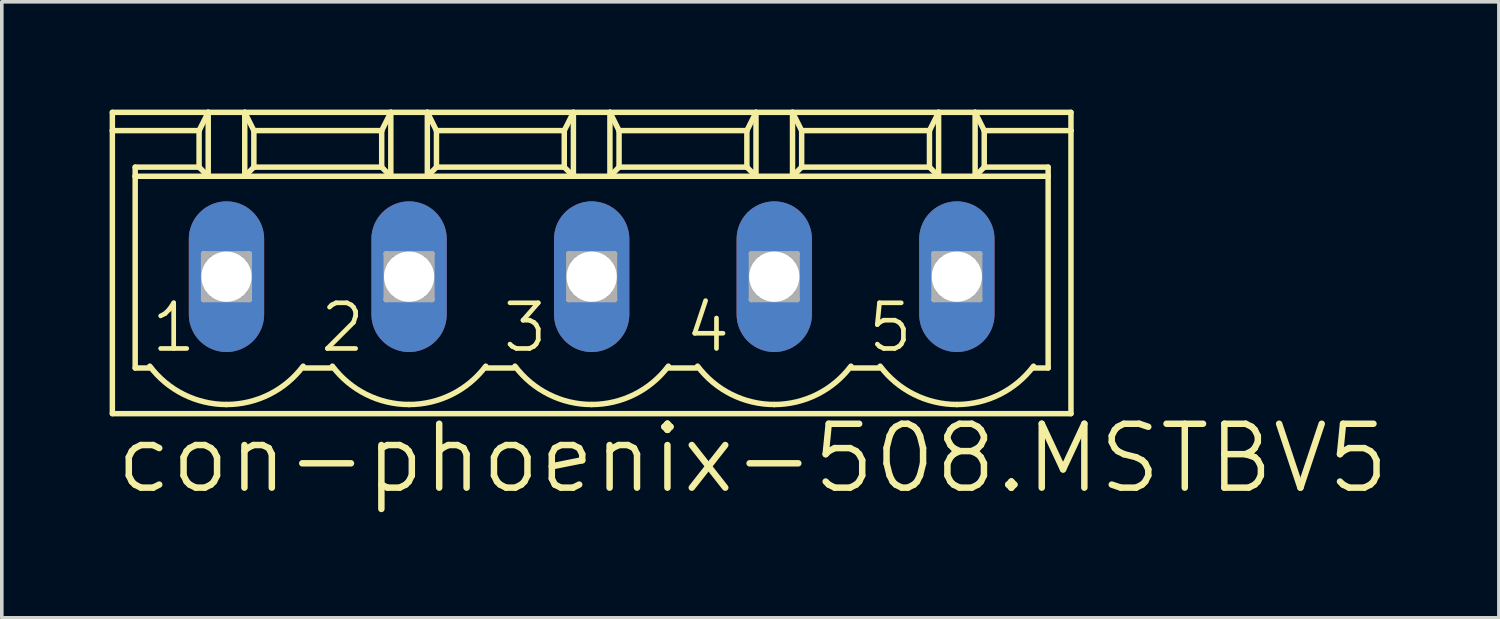
<source format=kicad_pcb>
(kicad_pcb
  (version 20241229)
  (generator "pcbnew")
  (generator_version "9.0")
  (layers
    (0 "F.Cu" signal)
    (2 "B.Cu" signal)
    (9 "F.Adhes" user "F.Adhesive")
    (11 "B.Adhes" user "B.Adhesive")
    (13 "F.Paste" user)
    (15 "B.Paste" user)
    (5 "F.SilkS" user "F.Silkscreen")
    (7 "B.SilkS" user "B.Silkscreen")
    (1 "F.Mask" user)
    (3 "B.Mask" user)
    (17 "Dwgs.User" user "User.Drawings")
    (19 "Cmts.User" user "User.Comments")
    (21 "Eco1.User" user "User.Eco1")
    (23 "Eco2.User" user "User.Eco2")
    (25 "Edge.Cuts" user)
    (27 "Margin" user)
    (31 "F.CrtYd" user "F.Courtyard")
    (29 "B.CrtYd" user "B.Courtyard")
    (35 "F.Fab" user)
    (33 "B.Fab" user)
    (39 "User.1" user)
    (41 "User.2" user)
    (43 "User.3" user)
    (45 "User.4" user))
  (footprint "con-phoenix-508.MSTBV5"
    (layer "F.Cu")
    (at 13.411 4.648)
    (property "Reference" "con-phoenix-508.MSTBV5" (at -13.335 6.096 0) (layer "F.SilkS") (effects (font (size 1.778 1.778) (thickness 0.18)) (justify left bottom)))
    (attr through_hole)
    (fp_line (start -13.335 -4.572) (end -13.335 -4.064) (stroke (width 0.152) (type default)) (layer "F.SilkS"))
    (fp_line (start -13.335 -4.572) (end -10.668 -4.572) (stroke (width 0.152) (type default)) (layer "F.SilkS"))
    (fp_line (start -13.335 -4.064) (end -13.335 3.81) (stroke (width 0.152) (type default)) (layer "F.SilkS"))
    (fp_line (start -13.335 -4.064) (end -10.922 -4.064) (stroke (width 0.152) (type default)) (layer "F.SilkS"))
    (fp_line (start -13.335 3.81) (end 13.335 3.81) (stroke (width 0.152) (type default)) (layer "F.SilkS"))
    (fp_line (start -12.7 -2.794) (end -12.7 -3.048) (stroke (width 0.152) (type default)) (layer "F.SilkS"))
    (fp_line (start -12.7 -2.794) (end -10.668 -2.794) (stroke (width 0.152) (type default)) (layer "F.SilkS"))
    (fp_line (start -12.7 2.54) (end -12.7 -2.794) (stroke (width 0.152) (type default)) (layer "F.SilkS"))
    (fp_line (start -12.7 2.54) (end -12.268 2.54) (stroke (width 0.152) (type default)) (layer "F.SilkS"))
    (fp_line (start -10.922 -4.064) (end -10.922 -3.048) (stroke (width 0.152) (type default)) (layer "F.SilkS"))
    (fp_line (start -10.922 -4.064) (end -10.668 -4.572) (stroke (width 0.152) (type default)) (layer "F.SilkS"))
    (fp_line (start -10.922 -3.048) (end -12.7 -3.048) (stroke (width 0.152) (type default)) (layer "F.SilkS"))
    (fp_line (start -10.922 -3.048) (end -10.668 -2.794) (stroke (width 0.152) (type default)) (layer "F.SilkS"))
    (fp_line (start -10.668 -4.572) (end -9.652 -4.572) (stroke (width 0.152) (type default)) (layer "F.SilkS"))
    (fp_line (start -10.668 -2.794) (end -10.668 -4.572) (stroke (width 0.152) (type default)) (layer "F.SilkS"))
    (fp_line (start -10.668 -2.794) (end -9.652 -2.794) (stroke (width 0.152) (type default)) (layer "F.SilkS"))
    (fp_line (start -9.652 -4.572) (end -9.398 -4.064) (stroke (width 0.152) (type default)) (layer "F.SilkS"))
    (fp_line (start -9.652 -4.572) (end -5.588 -4.572) (stroke (width 0.152) (type default)) (layer "F.SilkS"))
    (fp_line (start -9.652 -2.794) (end -9.652 -4.572) (stroke (width 0.152) (type default)) (layer "F.SilkS"))
    (fp_line (start -9.652 -2.794) (end -5.588 -2.794) (stroke (width 0.152) (type default)) (layer "F.SilkS"))
    (fp_line (start -9.398 -4.064) (end -9.398 -3.048) (stroke (width 0.152) (type default)) (layer "F.SilkS"))
    (fp_line (start -9.398 -4.064) (end -5.842 -4.064) (stroke (width 0.152) (type default)) (layer "F.SilkS"))
    (fp_line (start -9.398 -3.048) (end -9.652 -2.794) (stroke (width 0.152) (type default)) (layer "F.SilkS"))
    (fp_line (start -8.001 2.54) (end -7.239 2.54) (stroke (width 0.152) (type default)) (layer "F.SilkS"))
    (fp_line (start -5.842 -4.064) (end -5.842 -3.048) (stroke (width 0.152) (type default)) (layer "F.SilkS"))
    (fp_line (start -5.842 -4.064) (end -5.588 -4.572) (stroke (width 0.152) (type default)) (layer "F.SilkS"))
    (fp_line (start -5.842 -3.048) (end -9.398 -3.048) (stroke (width 0.152) (type default)) (layer "F.SilkS"))
    (fp_line (start -5.842 -3.048) (end -5.588 -2.794) (stroke (width 0.152) (type default)) (layer "F.SilkS"))
    (fp_line (start -5.588 -4.572) (end -4.572 -4.572) (stroke (width 0.152) (type default)) (layer "F.SilkS"))
    (fp_line (start -5.588 -2.794) (end -5.588 -4.572) (stroke (width 0.152) (type default)) (layer "F.SilkS"))
    (fp_line (start -5.588 -2.794) (end -4.572 -2.794) (stroke (width 0.152) (type default)) (layer "F.SilkS"))
    (fp_line (start -4.572 -4.572) (end -4.318 -4.064) (stroke (width 0.152) (type default)) (layer "F.SilkS"))
    (fp_line (start -4.572 -4.572) (end -0.508 -4.572) (stroke (width 0.152) (type default)) (layer "F.SilkS"))
    (fp_line (start -4.572 -2.794) (end -4.572 -4.572) (stroke (width 0.152) (type default)) (layer "F.SilkS"))
    (fp_line (start -4.572 -2.794) (end -0.508 -2.794) (stroke (width 0.152) (type default)) (layer "F.SilkS"))
    (fp_line (start -4.318 -4.064) (end -4.318 -3.048) (stroke (width 0.152) (type default)) (layer "F.SilkS"))
    (fp_line (start -4.318 -4.064) (end -0.762 -4.064) (stroke (width 0.152) (type default)) (layer "F.SilkS"))
    (fp_line (start -4.318 -3.048) (end -4.572 -2.794) (stroke (width 0.152) (type default)) (layer "F.SilkS"))
    (fp_line (start -2.921 2.54) (end -2.159 2.54) (stroke (width 0.152) (type default)) (layer "F.SilkS"))
    (fp_line (start -0.762 -4.064) (end -0.762 -3.048) (stroke (width 0.152) (type default)) (layer "F.SilkS"))
    (fp_line (start -0.762 -4.064) (end -0.508 -4.572) (stroke (width 0.152) (type default)) (layer "F.SilkS"))
    (fp_line (start -0.762 -3.048) (end -4.318 -3.048) (stroke (width 0.152) (type default)) (layer "F.SilkS"))
    (fp_line (start -0.762 -3.048) (end -0.508 -2.794) (stroke (width 0.152) (type default)) (layer "F.SilkS"))
    (fp_line (start -0.508 -4.572) (end 0.508 -4.572) (stroke (width 0.152) (type default)) (layer "F.SilkS"))
    (fp_line (start -0.508 -2.794) (end -0.508 -4.572) (stroke (width 0.152) (type default)) (layer "F.SilkS"))
    (fp_line (start -0.508 -2.794) (end 0.508 -2.794) (stroke (width 0.152) (type default)) (layer "F.SilkS"))
    (fp_line (start 0.508 -4.572) (end 0.762 -4.064) (stroke (width 0.152) (type default)) (layer "F.SilkS"))
    (fp_line (start 0.508 -4.572) (end 4.572 -4.572) (stroke (width 0.152) (type default)) (layer "F.SilkS"))
    (fp_line (start 0.508 -2.794) (end 0.508 -4.572) (stroke (width 0.152) (type default)) (layer "F.SilkS"))
    (fp_line (start 0.508 -2.794) (end 4.572 -2.794) (stroke (width 0.152) (type default)) (layer "F.SilkS"))
    (fp_line (start 0.762 -4.064) (end 0.762 -3.048) (stroke (width 0.152) (type default)) (layer "F.SilkS"))
    (fp_line (start 0.762 -4.064) (end 4.318 -4.064) (stroke (width 0.152) (type default)) (layer "F.SilkS"))
    (fp_line (start 0.762 -3.048) (end 0.508 -2.794) (stroke (width 0.152) (type default)) (layer "F.SilkS"))
    (fp_line (start 0.762 -3.048) (end 4.318 -3.048) (stroke (width 0.152) (type default)) (layer "F.SilkS"))
    (fp_line (start 2.159 2.54) (end 2.921 2.54) (stroke (width 0.152) (type default)) (layer "F.SilkS"))
    (fp_line (start 4.318 -4.064) (end 4.318 -3.048) (stroke (width 0.152) (type default)) (layer "F.SilkS"))
    (fp_line (start 4.318 -4.064) (end 4.572 -4.572) (stroke (width 0.152) (type default)) (layer "F.SilkS"))
    (fp_line (start 4.318 -3.048) (end 4.572 -2.794) (stroke (width 0.152) (type default)) (layer "F.SilkS"))
    (fp_line (start 4.572 -4.572) (end 5.588 -4.572) (stroke (width 0.152) (type default)) (layer "F.SilkS"))
    (fp_line (start 4.572 -2.794) (end 4.572 -4.572) (stroke (width 0.152) (type default)) (layer "F.SilkS"))
    (fp_line (start 4.572 -2.794) (end 5.588 -2.794) (stroke (width 0.152) (type default)) (layer "F.SilkS"))
    (fp_line (start 5.588 -4.572) (end 5.842 -4.064) (stroke (width 0.152) (type default)) (layer "F.SilkS"))
    (fp_line (start 5.588 -4.572) (end 9.652 -4.572) (stroke (width 0.152) (type default)) (layer "F.SilkS"))
    (fp_line (start 5.588 -2.794) (end 5.588 -4.572) (stroke (width 0.152) (type default)) (layer "F.SilkS"))
    (fp_line (start 5.588 -2.794) (end 9.652 -2.794) (stroke (width 0.152) (type default)) (layer "F.SilkS"))
    (fp_line (start 5.842 -4.064) (end 5.842 -3.048) (stroke (width 0.152) (type default)) (layer "F.SilkS"))
    (fp_line (start 5.842 -4.064) (end 9.398 -4.064) (stroke (width 0.152) (type default)) (layer "F.SilkS"))
    (fp_line (start 5.842 -3.048) (end 5.588 -2.794) (stroke (width 0.152) (type default)) (layer "F.SilkS"))
    (fp_line (start 5.842 -3.048) (end 9.398 -3.048) (stroke (width 0.152) (type default)) (layer "F.SilkS"))
    (fp_line (start 7.239 2.54) (end 8.001 2.54) (stroke (width 0.152) (type default)) (layer "F.SilkS"))
    (fp_line (start 9.398 -4.064) (end 9.398 -3.048) (stroke (width 0.152) (type default)) (layer "F.SilkS"))
    (fp_line (start 9.398 -4.064) (end 9.652 -4.572) (stroke (width 0.152) (type default)) (layer "F.SilkS"))
    (fp_line (start 9.398 -3.048) (end 9.652 -2.794) (stroke (width 0.152) (type default)) (layer "F.SilkS"))
    (fp_line (start 9.652 -4.572) (end 10.668 -4.572) (stroke (width 0.152) (type default)) (layer "F.SilkS"))
    (fp_line (start 9.652 -2.794) (end 9.652 -4.572) (stroke (width 0.152) (type default)) (layer "F.SilkS"))
    (fp_line (start 9.652 -2.794) (end 10.668 -2.794) (stroke (width 0.152) (type default)) (layer "F.SilkS"))
    (fp_line (start 10.668 -4.572) (end 10.922 -4.064) (stroke (width 0.152) (type default)) (layer "F.SilkS"))
    (fp_line (start 10.668 -4.572) (end 13.335 -4.572) (stroke (width 0.152) (type default)) (layer "F.SilkS"))
    (fp_line (start 10.668 -2.794) (end 10.668 -4.572) (stroke (width 0.152) (type default)) (layer "F.SilkS"))
    (fp_line (start 10.668 -2.794) (end 12.7 -2.794) (stroke (width 0.152) (type default)) (layer "F.SilkS"))
    (fp_line (start 10.922 -4.064) (end 10.922 -3.048) (stroke (width 0.152) (type default)) (layer "F.SilkS"))
    (fp_line (start 10.922 -4.064) (end 13.335 -4.064) (stroke (width 0.152) (type default)) (layer "F.SilkS"))
    (fp_line (start 10.922 -3.048) (end 10.668 -2.794) (stroke (width 0.152) (type default)) (layer "F.SilkS"))
    (fp_line (start 10.922 -3.048) (end 12.7 -3.048) (stroke (width 0.152) (type default)) (layer "F.SilkS"))
    (fp_line (start 12.268 2.54) (end 12.7 2.54) (stroke (width 0.152) (type default)) (layer "F.SilkS"))
    (fp_line (start 12.7 -3.048) (end 12.7 -2.794) (stroke (width 0.152) (type default)) (layer "F.SilkS"))
    (fp_line (start 12.7 -2.794) (end 12.7 2.54) (stroke (width 0.152) (type default)) (layer "F.SilkS"))
    (fp_line (start 13.335 -4.064) (end 13.335 -4.572) (stroke (width 0.152) (type default)) (layer "F.SilkS"))
    (fp_line (start 13.335 3.81) (end 13.335 -4.064) (stroke (width 0.152) (type default)) (layer "F.SilkS"))
    (fp_arc (start -10.16 3.556) (mid -11.352719 3.274437) (end -12.2936 2.4892) (stroke (width 0.1524) (type default)) (layer "F.SilkS"))
    (fp_arc (start -8.0264 2.4892) (mid -8.967281 3.274437) (end -10.16 3.556) (stroke (width 0.1524) (type default)) (layer "F.SilkS"))
    (fp_arc (start -5.08 3.556) (mid -6.272719 3.274437) (end -7.2136 2.4892) (stroke (width 0.1524) (type default)) (layer "F.SilkS"))
    (fp_arc (start -2.9464 2.4892) (mid -3.887281 3.274437) (end -5.08 3.556) (stroke (width 0.1524) (type default)) (layer "F.SilkS"))
    (fp_arc (start 0 3.556) (mid -1.192719 3.274437) (end -2.1336 2.4892) (stroke (width 0.1524) (type default)) (layer "F.SilkS"))
    (fp_arc (start 2.1336 2.4892) (mid 1.192719 3.274437) (end 0 3.556) (stroke (width 0.1524) (type default)) (layer "F.SilkS"))
    (fp_arc (start 5.08 3.556) (mid 3.887281 3.274437) (end 2.9464 2.4892) (stroke (width 0.1524) (type default)) (layer "F.SilkS"))
    (fp_arc (start 7.2136 2.4892) (mid 6.272719 3.274437) (end 5.08 3.556) (stroke (width 0.1524) (type default)) (layer "F.SilkS"))
    (fp_arc (start 10.16 3.556) (mid 8.967281 3.274437) (end 8.0264 2.4892) (stroke (width 0.1524) (type default)) (layer "F.SilkS"))
    (fp_arc (start 12.2936 2.4892) (mid 11.352719 3.274437) (end 10.16 3.556) (stroke (width 0.1524) (type default)) (layer "F.SilkS"))
    (fp_line (start -10.795 -0.635) (end -10.795 0.635) (stroke (width 0.152) (type default)) (layer "F.Fab"))
    (fp_line (start -10.795 -0.635) (end -9.525 0.635) (stroke (width 0.152) (type default)) (layer "F.Fab"))
    (fp_line (start -10.795 0.635) (end -9.525 -0.635) (stroke (width 0.152) (type default)) (layer "F.Fab"))
    (fp_line (start -10.795 0.635) (end -9.525 0.635) (stroke (width 0.152) (type default)) (layer "F.Fab"))
    (fp_line (start -9.525 -0.635) (end -10.795 -0.635) (stroke (width 0.152) (type default)) (layer "F.Fab"))
    (fp_line (start -9.525 0.635) (end -9.525 -0.635) (stroke (width 0.152) (type default)) (layer "F.Fab"))
    (fp_line (start -5.715 -0.635) (end -5.715 0.635) (stroke (width 0.152) (type default)) (layer "F.Fab"))
    (fp_line (start -5.715 -0.635) (end -4.445 0.635) (stroke (width 0.152) (type default)) (layer "F.Fab"))
    (fp_line (start -5.715 0.635) (end -4.445 -0.635) (stroke (width 0.152) (type default)) (layer "F.Fab"))
    (fp_line (start -5.715 0.635) (end -4.445 0.635) (stroke (width 0.152) (type default)) (layer "F.Fab"))
    (fp_line (start -4.445 -0.635) (end -5.715 -0.635) (stroke (width 0.152) (type default)) (layer "F.Fab"))
    (fp_line (start -4.445 0.635) (end -4.445 -0.635) (stroke (width 0.152) (type default)) (layer "F.Fab"))
    (fp_line (start -0.635 -0.635) (end -0.635 0.635) (stroke (width 0.152) (type default)) (layer "F.Fab"))
    (fp_line (start -0.635 -0.635) (end 0.635 0.635) (stroke (width 0.152) (type default)) (layer "F.Fab"))
    (fp_line (start -0.635 0.635) (end 0.635 -0.635) (stroke (width 0.152) (type default)) (layer "F.Fab"))
    (fp_line (start -0.635 0.635) (end 0.635 0.635) (stroke (width 0.152) (type default)) (layer "F.Fab"))
    (fp_line (start 0.635 -0.635) (end -0.635 -0.635) (stroke (width 0.152) (type default)) (layer "F.Fab"))
    (fp_line (start 0.635 0.635) (end 0.635 -0.635) (stroke (width 0.152) (type default)) (layer "F.Fab"))
    (fp_line (start 4.445 -0.635) (end 4.445 0.635) (stroke (width 0.152) (type default)) (layer "F.Fab"))
    (fp_line (start 4.445 -0.635) (end 5.715 0.635) (stroke (width 0.152) (type default)) (layer "F.Fab"))
    (fp_line (start 4.445 0.635) (end 5.715 -0.635) (stroke (width 0.152) (type default)) (layer "F.Fab"))
    (fp_line (start 4.445 0.635) (end 5.715 0.635) (stroke (width 0.152) (type default)) (layer "F.Fab"))
    (fp_line (start 5.715 -0.635) (end 4.445 -0.635) (stroke (width 0.152) (type default)) (layer "F.Fab"))
    (fp_line (start 5.715 0.635) (end 5.715 -0.635) (stroke (width 0.152) (type default)) (layer "F.Fab"))
    (fp_line (start 9.525 -0.635) (end 9.525 0.635) (stroke (width 0.152) (type default)) (layer "F.Fab"))
    (fp_line (start 9.525 -0.635) (end 10.795 0.635) (stroke (width 0.152) (type default)) (layer "F.Fab"))
    (fp_line (start 9.525 0.635) (end 10.795 -0.635) (stroke (width 0.152) (type default)) (layer "F.Fab"))
    (fp_line (start 9.525 0.635) (end 10.795 0.635) (stroke (width 0.152) (type default)) (layer "F.Fab"))
    (fp_line (start 10.795 -0.635) (end 9.525 -0.635) (stroke (width 0.152) (type default)) (layer "F.Fab"))
    (fp_line (start 10.795 0.635) (end 10.795 -0.635) (stroke (width 0.152) (type default)) (layer "F.Fab"))
    (fp_text user "4" (at 2.54 2.159 0) (layer "F.SilkS") (effects (font (size 1.27 1.27) (thickness 0.13)) (justify left bottom)))
    (fp_text user "5" (at 7.62 2.159 0) (layer "F.SilkS") (effects (font (size 1.27 1.27) (thickness 0.13)) (justify left bottom)))
    (fp_text user "2" (at -7.62 2.159 0) (layer "F.SilkS") (effects (font (size 1.27 1.27) (thickness 0.13)) (justify left bottom)))
    (fp_text user "1" (at -12.319 2.159 0) (layer "F.SilkS") (effects (font (size 1.27 1.27) (thickness 0.13)) (justify left bottom)))
    (fp_text user "3" (at -2.54 2.159 0) (layer "F.SilkS") (effects (font (size 1.27 1.27) (thickness 0.13)) (justify left bottom)))
    (pad "1" thru_hole oval (at -10.16 0 90) (size 4.191 2.095) (drill 1.397) (layers "*.Cu" "*.Mask"))
    (pad "2" thru_hole oval (at -5.08 0 90) (size 4.191 2.095) (drill 1.397) (layers "*.Cu" "*.Mask"))
    (pad "3" thru_hole oval (at 0 0 90) (size 4.191 2.095) (drill 1.397) (layers "*.Cu" "*.Mask"))
    (pad "4" thru_hole oval (at 5.08 0 90) (size 4.191 2.095) (drill 1.397) (layers "*.Cu" "*.Mask"))
    (pad "5" thru_hole oval (at 10.16 0 90) (size 4.191 2.095) (drill 1.397) (layers "*.Cu" "*.Mask")))
  (gr_rect
    (start -3 -3)
    (end 38.651 14.138)
    (stroke (width 0.1) (type default))
    (fill no)
    (layer "Edge.Cuts")))
</source>
